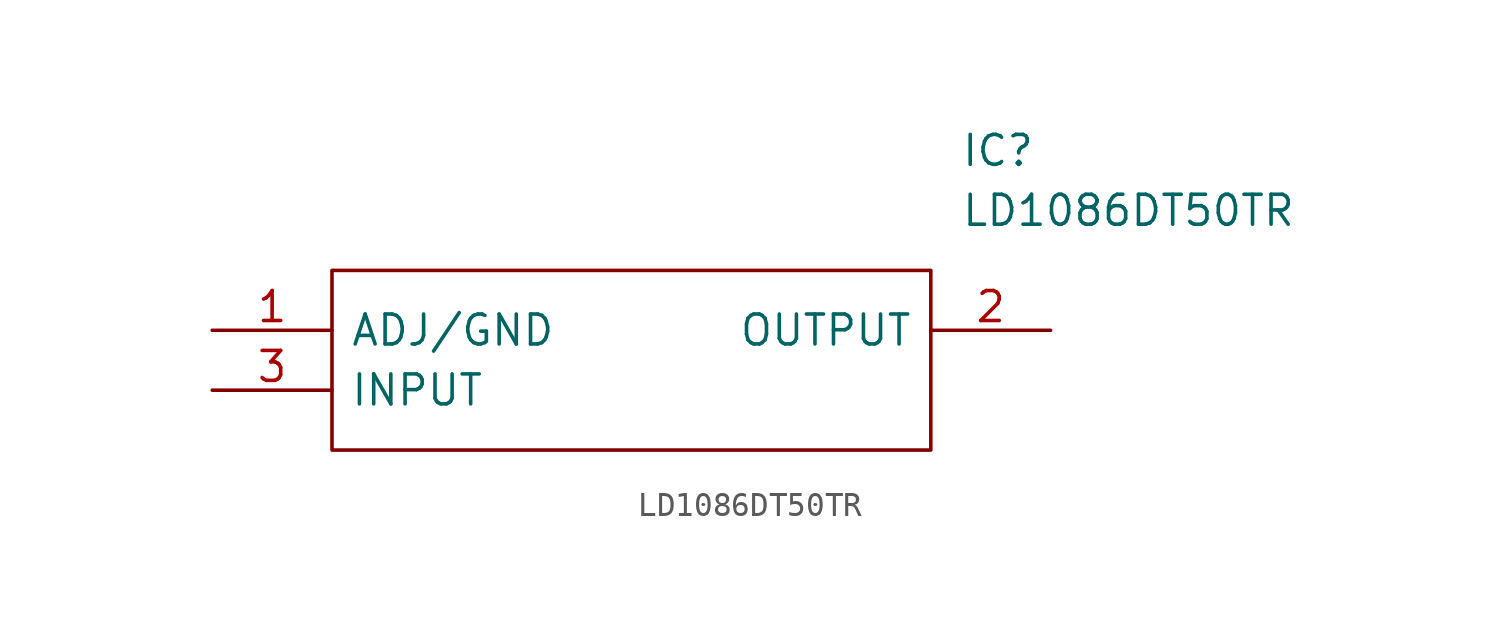
<source format=kicad_sym>
(kicad_symbol_lib
  (version 20211014)
  (generator kicad_symbol_editor)
  (symbol "LD1086DT50TR"
    (pin_names
      (offset 0.762))
    (property "Reference" "IC"
      (at 31.75 7.62 0)
      (effects (font (size 1.27 1.27)) (justify left)))
    (property "Value" "LD1086DT50TR"
      (at 31.75 5.08 0)
      (effects (font (size 1.27 1.27)) (justify left)))
    (symbol "LD1086DT50TR_0_0"
      (pin passive line (at 0 0 0) (length 5.08) (name "ADJ/GND" (effects (font (size 1.27 1.27)))) (number "1" (effects (font (size 1.27 1.27)))))
      (pin passive line (at 35.56 0 180) (length 5.08) (name "OUTPUT" (effects (font (size 1.27 1.27)))) (number "2" (effects (font (size 1.27 1.27)))))
      (pin passive line (at 0 -2.54 0) (length 5.08) (name "INPUT" (effects (font (size 1.27 1.27)))) (number "3" (effects (font (size 1.27 1.27))))))
    (symbol "LD1086DT50TR_0_1"
      (polyline (pts (xy 5.08 2.54) (xy 30.48 2.54) (xy 30.48 -5.08) (xy 5.08 -5.08) (xy 5.08 2.54)) (stroke (width 0.152) (type default) (color 0 0 0 0)) (fill (type none))))))
</source>
